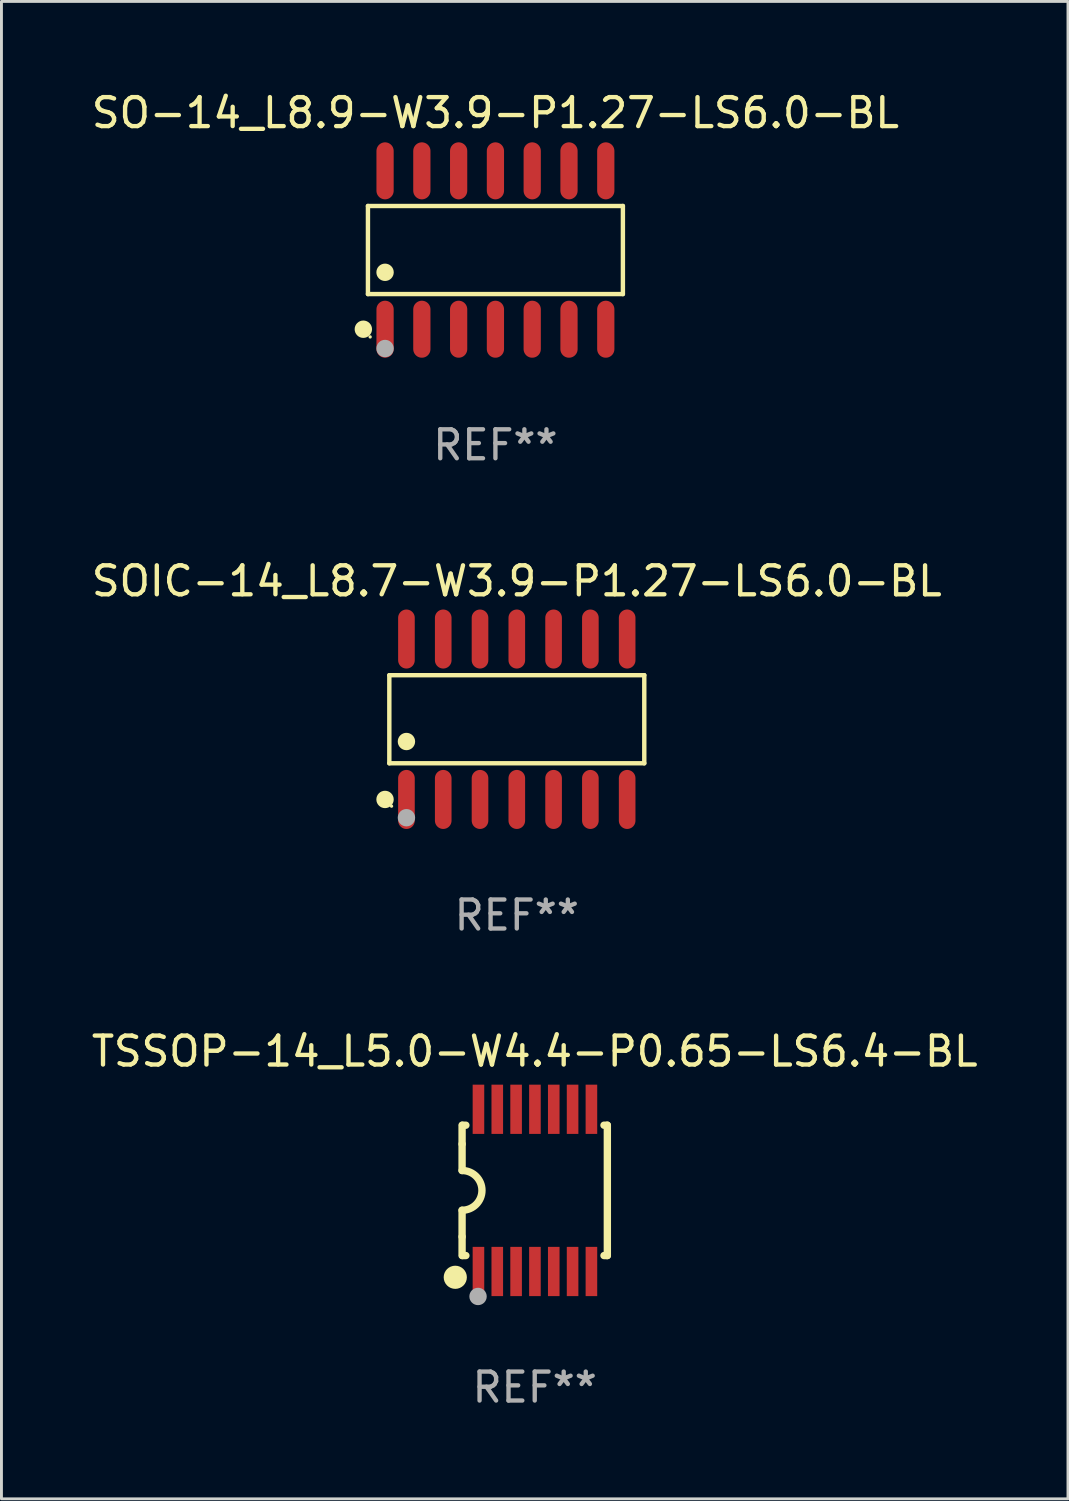
<source format=kicad_pcb>
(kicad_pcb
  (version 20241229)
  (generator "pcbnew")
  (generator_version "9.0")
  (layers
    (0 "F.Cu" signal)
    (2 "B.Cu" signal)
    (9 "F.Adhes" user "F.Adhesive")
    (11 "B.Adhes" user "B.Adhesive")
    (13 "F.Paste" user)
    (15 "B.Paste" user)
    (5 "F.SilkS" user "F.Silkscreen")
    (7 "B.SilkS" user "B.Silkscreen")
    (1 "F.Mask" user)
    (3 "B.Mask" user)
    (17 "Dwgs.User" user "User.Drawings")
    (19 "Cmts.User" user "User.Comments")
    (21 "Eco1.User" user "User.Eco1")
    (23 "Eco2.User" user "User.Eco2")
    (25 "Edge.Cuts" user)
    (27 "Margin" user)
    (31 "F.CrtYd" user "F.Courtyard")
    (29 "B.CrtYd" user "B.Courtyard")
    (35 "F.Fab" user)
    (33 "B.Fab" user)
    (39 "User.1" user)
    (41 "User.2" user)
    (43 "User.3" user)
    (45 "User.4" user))
  (footprint "SOIC-14_L8.7-W3.9-P1.27-LS6.0-BL"
    (layer "F.Cu")
    (at 14.792 21.781)
    (property "Reference" "SOIC-14_L8.7-W3.9-P1.27-LS6.0-BL" (at 0 -4.769 0) (layer "F.SilkS") (effects (font (size 1 1) (thickness 0.15))))
    (attr through_hole)
    (fp_line (start -4.401 -1.521) (end 4.401 -1.521) (stroke (width 0.152) (type solid)) (layer "F.SilkS"))
    (fp_line (start -4.401 1.521) (end -4.401 -1.521) (stroke (width 0.152) (type solid)) (layer "F.SilkS"))
    (fp_line (start 4.401 -1.521) (end 4.401 1.521) (stroke (width 0.152) (type solid)) (layer "F.SilkS"))
    (fp_line (start 4.401 1.521) (end -4.401 1.521) (stroke (width 0.152) (type solid)) (layer "F.SilkS"))
    (fp_circle (center -4.549 2.769) (end -4.399 2.769) (stroke (width 0.3) (type solid)) (fill no) (layer "F.SilkS"))
    (fp_circle (center -4.325 3) (end -4.295 3) (stroke (width 0.06) (type solid)) (fill no) (layer "F.SilkS"))
    (fp_circle (center -3.81 0.769) (end -3.66 0.769) (stroke (width 0.3) (type solid)) (fill no) (layer "F.SilkS"))
    (fp_circle (center -3.81 3.4) (end -3.66 3.4) (stroke (width 0.3) (type solid)) (fill no) (layer "F.Fab"))
    (fp_text user "REF**" (at 0 6.769 0) (layer "F.Fab") (effects (font (size 1 1) (thickness 0.15))))
    (pad "1" smd oval (at -3.81 2.769) (size 0.574 2.038) (layers "F.Cu" "F.Mask" "F.Paste"))
    (pad "2" smd oval (at -2.54 2.769) (size 0.574 2.038) (layers "F.Cu" "F.Mask" "F.Paste"))
    (pad "3" smd oval (at -1.27 2.769) (size 0.574 2.038) (layers "F.Cu" "F.Mask" "F.Paste"))
    (pad "4" smd oval (at 0 2.769) (size 0.574 2.038) (layers "F.Cu" "F.Mask" "F.Paste"))
    (pad "5" smd oval (at 1.27 2.769) (size 0.574 2.038) (layers "F.Cu" "F.Mask" "F.Paste"))
    (pad "6" smd oval (at 2.54 2.769) (size 0.574 2.038) (layers "F.Cu" "F.Mask" "F.Paste"))
    (pad "7" smd oval (at 3.81 2.769) (size 0.574 2.038) (layers "F.Cu" "F.Mask" "F.Paste"))
    (pad "8" smd oval (at 3.81 -2.769) (size 0.574 2.038) (layers "F.Cu" "F.Mask" "F.Paste"))
    (pad "9" smd oval (at 2.54 -2.769) (size 0.574 2.038) (layers "F.Cu" "F.Mask" "F.Paste"))
    (pad "10" smd oval (at 1.27 -2.769) (size 0.574 2.038) (layers "F.Cu" "F.Mask" "F.Paste"))
    (pad "11" smd oval (at 0 -2.769) (size 0.574 2.038) (layers "F.Cu" "F.Mask" "F.Paste"))
    (pad "12" smd oval (at -1.27 -2.769) (size 0.574 2.038) (layers "F.Cu" "F.Mask" "F.Paste"))
    (pad "13" smd oval (at -2.54 -2.769) (size 0.574 2.038) (layers "F.Cu" "F.Mask" "F.Paste"))
    (pad "14" smd oval (at -3.81 -2.769) (size 0.574 2.038) (layers "F.Cu" "F.Mask" "F.Paste")))
  (footprint "TSSOP-14_L5.0-W4.4-P0.65-LS6.4-BL"
    (layer "F.Cu")
    (at 15.418 38.047)
    (property "Reference" "TSSOP-14_L5.0-W4.4-P0.65-LS6.4-BL" (at -0.007 -4.8 0) (layer "F.SilkS") (effects (font (size 1 1) (thickness 0.15))))
    (attr through_hole)
    (fp_line (start -2.515 -1.6) (end -2.515 -2.25) (stroke (width 0.254) (type solid)) (layer "F.SilkS"))
    (fp_line (start -2.515 -0.686) (end -2.515 -1.6) (stroke (width 0.254) (type solid)) (layer "F.SilkS"))
    (fp_line (start -2.515 1.6) (end -2.515 0.686) (stroke (width 0.254) (type solid)) (layer "F.SilkS"))
    (fp_line (start -2.515 1.6) (end -2.515 2.25) (stroke (width 0.254) (type solid)) (layer "F.SilkS"))
    (fp_line (start -2.5 -2.25) (end -2.384 -2.25) (stroke (width 0.254) (type solid)) (layer "F.SilkS"))
    (fp_line (start -2.384 2.25) (end -2.5 2.25) (stroke (width 0.254) (type solid)) (layer "F.SilkS"))
    (fp_line (start 2.384 -2.25) (end 2.5 -2.25) (stroke (width 0.254) (type solid)) (layer "F.SilkS"))
    (fp_line (start 2.5 -2.25) (end 2.5 2.25) (stroke (width 0.254) (type solid)) (layer "F.SilkS"))
    (fp_line (start 2.5 2.25) (end 2.384 2.25) (stroke (width 0.254) (type solid)) (layer "F.SilkS"))
    (fp_arc (start -2.514605 -0.685801) (mid -1.828804 0) (end -2.514605 0.685801) (stroke (width 0.254001) (type solid)) (layer "F.SilkS"))
    (fp_circle (center -2.75 3) (end -2.55 3) (stroke (width 0.4) (type solid)) (fill no) (layer "F.SilkS"))
    (fp_circle (center -2.5 3.2) (end -2.47 3.2) (stroke (width 0.06) (type solid)) (fill no) (layer "F.SilkS"))
    (fp_circle (center -1.964 3.662) (end -1.814 3.662) (stroke (width 0.3) (type solid)) (fill no) (layer "F.Fab"))
    (fp_text user "REF**" (at -0.007 6.8 0) (layer "F.Fab") (effects (font (size 1 1) (thickness 0.15))))
    (pad "1" smd rect (at -1.95 2.8) (size 0.4 1.7) (layers "F.Cu" "F.Mask" "F.Paste"))
    (pad "2" smd rect (at -1.3 2.8) (size 0.4 1.7) (layers "F.Cu" "F.Mask" "F.Paste"))
    (pad "3" smd rect (at -0.65 2.8) (size 0.4 1.7) (layers "F.Cu" "F.Mask" "F.Paste"))
    (pad "4" smd rect (at 0 2.8) (size 0.4 1.7) (layers "F.Cu" "F.Mask" "F.Paste"))
    (pad "5" smd rect (at 0.65 2.8) (size 0.4 1.7) (layers "F.Cu" "F.Mask" "F.Paste"))
    (pad "6" smd rect (at 1.3 2.8) (size 0.4 1.7) (layers "F.Cu" "F.Mask" "F.Paste"))
    (pad "7" smd rect (at 1.95 2.8) (size 0.4 1.7) (layers "F.Cu" "F.Mask" "F.Paste"))
    (pad "8" smd rect (at 1.95 -2.8) (size 0.4 1.7) (layers "F.Cu" "F.Mask" "F.Paste"))
    (pad "9" smd rect (at 1.3 -2.8) (size 0.4 1.7) (layers "F.Cu" "F.Mask" "F.Paste"))
    (pad "10" smd rect (at 0.65 -2.8) (size 0.4 1.7) (layers "F.Cu" "F.Mask" "F.Paste"))
    (pad "11" smd rect (at 0 -2.8) (size 0.4 1.7) (layers "F.Cu" "F.Mask" "F.Paste"))
    (pad "12" smd rect (at -0.65 -2.8) (size 0.4 1.7) (layers "F.Cu" "F.Mask" "F.Paste"))
    (pad "13" smd rect (at -1.3 -2.8) (size 0.4 1.7) (layers "F.Cu" "F.Mask" "F.Paste"))
    (pad "14" smd rect (at -1.95 -2.8) (size 0.4 1.7) (layers "F.Cu" "F.Mask" "F.Paste")))
  (footprint "SO-14_L8.9-W3.9-P1.27-LS6.0-BL"
    (layer "F.Cu")
    (at 14.054 5.582)
    (property "Reference" "SO-14_L8.9-W3.9-P1.27-LS6.0-BL" (at 0 -4.734 0) (layer "F.SilkS") (effects (font (size 1 1) (thickness 0.15))))
    (attr through_hole)
    (fp_line (start -4.401 -1.521) (end 4.401 -1.521) (stroke (width 0.152) (type solid)) (layer "F.SilkS"))
    (fp_line (start -4.401 1.521) (end -4.401 -1.521) (stroke (width 0.152) (type solid)) (layer "F.SilkS"))
    (fp_line (start 4.401 -1.521) (end 4.401 1.521) (stroke (width 0.152) (type solid)) (layer "F.SilkS"))
    (fp_line (start 4.401 1.521) (end -4.401 1.521) (stroke (width 0.152) (type solid)) (layer "F.SilkS"))
    (fp_circle (center -4.56 2.734) (end -4.41 2.734) (stroke (width 0.3) (type solid)) (fill no) (layer "F.SilkS"))
    (fp_circle (center -4.325 3) (end -4.295 3) (stroke (width 0.06) (type solid)) (fill no) (layer "F.SilkS"))
    (fp_circle (center -3.81 0.769) (end -3.66 0.769) (stroke (width 0.3) (type solid)) (fill no) (layer "F.SilkS"))
    (fp_circle (center -3.81 3.4) (end -3.66 3.4) (stroke (width 0.3) (type solid)) (fill no) (layer "F.Fab"))
    (fp_text user "REF**" (at 0 6.734 0) (layer "F.Fab") (effects (font (size 1 1) (thickness 0.15))))
    (pad "1" smd oval (at -3.81 2.734) (size 0.595 1.968) (layers "F.Cu" "F.Mask" "F.Paste"))
    (pad "2" smd oval (at -2.54 2.734) (size 0.595 1.968) (layers "F.Cu" "F.Mask" "F.Paste"))
    (pad "3" smd oval (at -1.27 2.734) (size 0.595 1.968) (layers "F.Cu" "F.Mask" "F.Paste"))
    (pad "4" smd oval (at 0 2.734) (size 0.595 1.968) (layers "F.Cu" "F.Mask" "F.Paste"))
    (pad "5" smd oval (at 1.27 2.734) (size 0.595 1.968) (layers "F.Cu" "F.Mask" "F.Paste"))
    (pad "6" smd oval (at 2.54 2.734) (size 0.595 1.968) (layers "F.Cu" "F.Mask" "F.Paste"))
    (pad "7" smd oval (at 3.81 2.734) (size 0.595 1.968) (layers "F.Cu" "F.Mask" "F.Paste"))
    (pad "8" smd oval (at 3.81 -2.734) (size 0.595 1.968) (layers "F.Cu" "F.Mask" "F.Paste"))
    (pad "9" smd oval (at 2.54 -2.734) (size 0.595 1.968) (layers "F.Cu" "F.Mask" "F.Paste"))
    (pad "10" smd oval (at 1.27 -2.734) (size 0.595 1.968) (layers "F.Cu" "F.Mask" "F.Paste"))
    (pad "11" smd oval (at 0 -2.734) (size 0.595 1.968) (layers "F.Cu" "F.Mask" "F.Paste"))
    (pad "12" smd oval (at -1.27 -2.734) (size 0.595 1.968) (layers "F.Cu" "F.Mask" "F.Paste"))
    (pad "13" smd oval (at -2.54 -2.734) (size 0.595 1.968) (layers "F.Cu" "F.Mask" "F.Paste"))
    (pad "14" smd oval (at -3.81 -2.734) (size 0.595 1.968) (layers "F.Cu" "F.Mask" "F.Paste")))
  (gr_rect
    (start -3 -3)
    (end 33.821 48.696)
    (stroke (width 0.1) (type default))
    (fill no)
    (layer "Edge.Cuts")))
</source>
